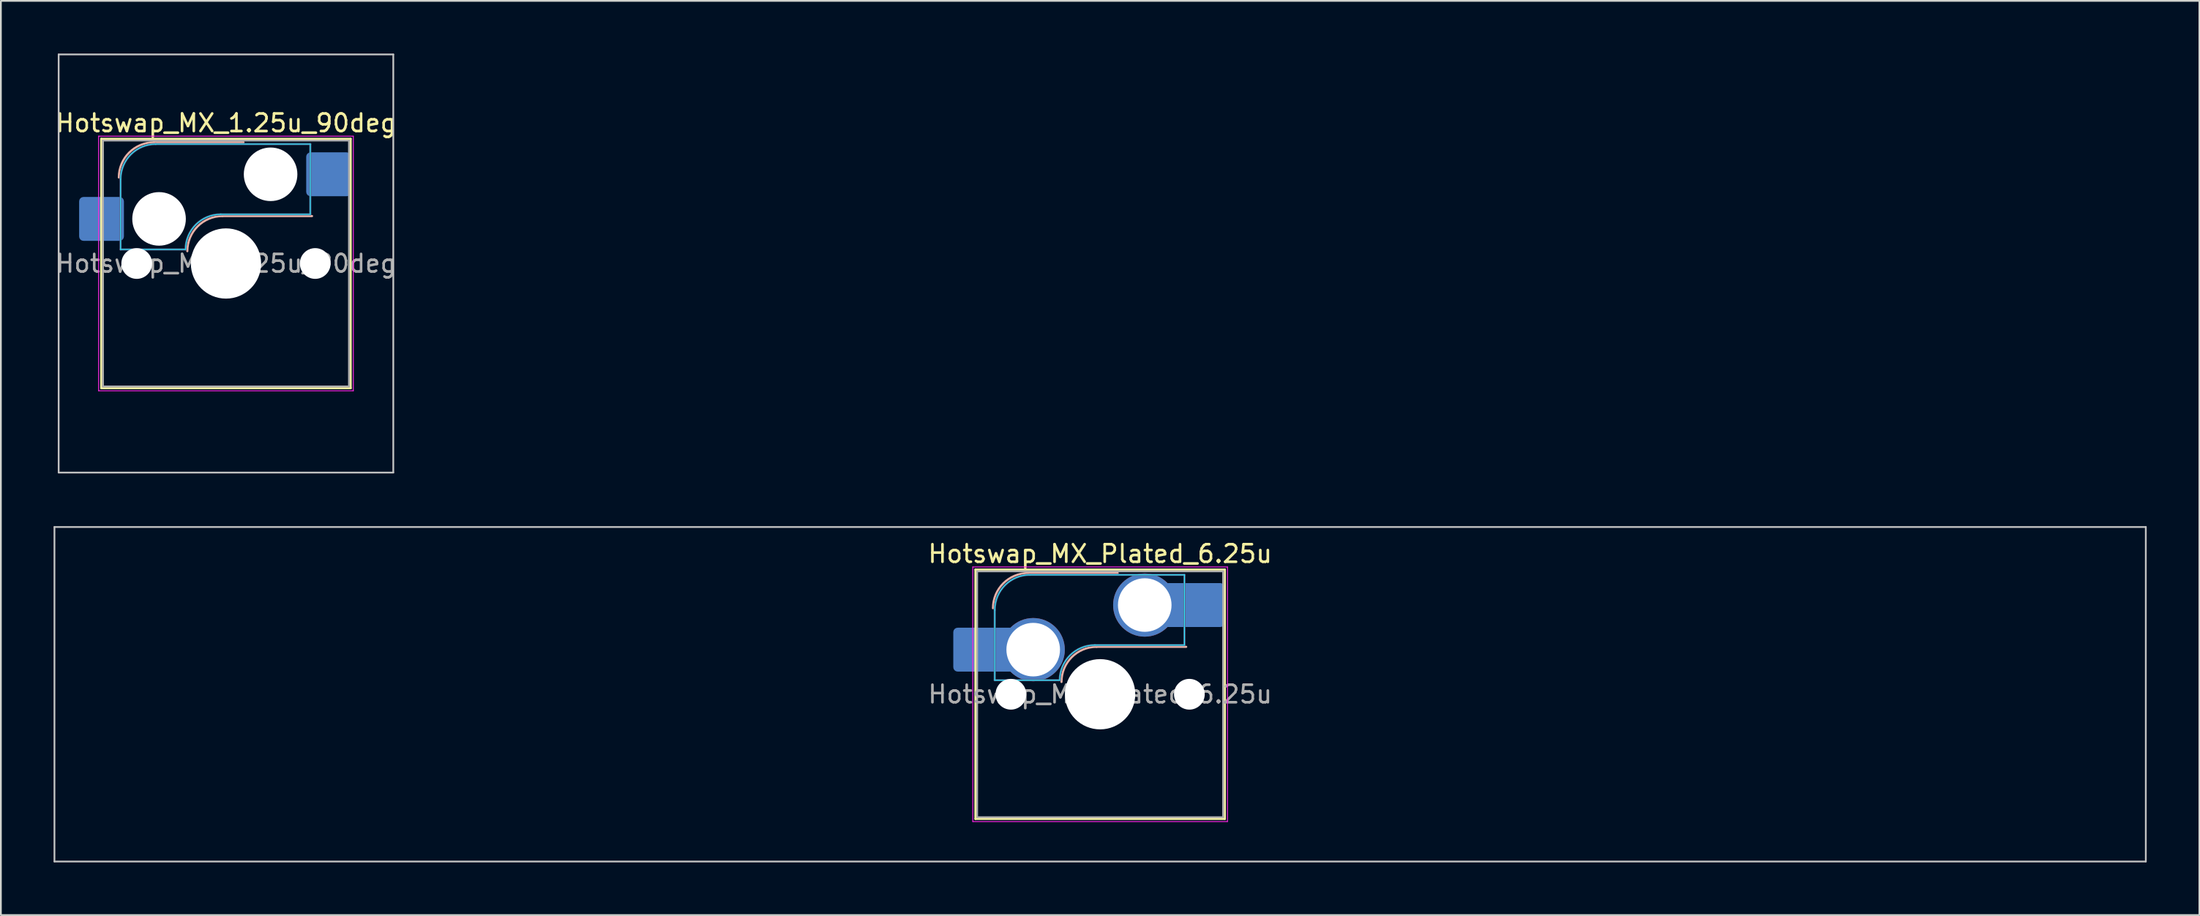
<source format=kicad_pcb>
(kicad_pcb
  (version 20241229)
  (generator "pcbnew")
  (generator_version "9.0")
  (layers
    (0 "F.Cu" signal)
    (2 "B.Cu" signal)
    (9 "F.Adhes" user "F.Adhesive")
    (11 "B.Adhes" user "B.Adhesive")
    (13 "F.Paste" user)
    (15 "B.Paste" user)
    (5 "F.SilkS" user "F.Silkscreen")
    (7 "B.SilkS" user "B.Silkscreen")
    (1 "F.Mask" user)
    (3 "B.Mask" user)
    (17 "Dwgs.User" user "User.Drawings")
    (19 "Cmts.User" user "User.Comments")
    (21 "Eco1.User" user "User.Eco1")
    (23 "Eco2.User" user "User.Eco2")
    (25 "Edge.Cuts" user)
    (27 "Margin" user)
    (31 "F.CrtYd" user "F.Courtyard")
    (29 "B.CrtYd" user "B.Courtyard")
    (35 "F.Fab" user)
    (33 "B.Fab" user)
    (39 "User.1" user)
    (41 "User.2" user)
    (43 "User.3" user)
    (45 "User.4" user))
  (footprint "Hotswap_MX_Plated_6.25u"
    (layer "F.Cu")
    (at 59.581 36.487)
    (property "Reference" "Hotswap_MX_Plated_6.25u" (at 0 -8 0) (layer "F.SilkS") (effects (font (size 1 1) (thickness 0.15))))
    (attr smd allow_soldermask_bridges)
    (fp_line (start -7.1 -7.1) (end -7.1 7.1) (stroke (width 0.12) (type solid)) (layer "F.SilkS"))
    (fp_line (start -7.1 7.1) (end 7.1 7.1) (stroke (width 0.12) (type solid)) (layer "F.SilkS"))
    (fp_line (start 7.1 -7.1) (end -7.1 -7.1) (stroke (width 0.12) (type solid)) (layer "F.SilkS"))
    (fp_line (start 7.1 7.1) (end 7.1 -7.1) (stroke (width 0.12) (type solid)) (layer "F.SilkS"))
    (fp_line (start -4.1 -6.9) (end 1 -6.9) (stroke (width 0.12) (type solid)) (layer "B.SilkS"))
    (fp_line (start -0.2 -2.7) (end 4.9 -2.7) (stroke (width 0.12) (type solid)) (layer "B.SilkS"))
    (fp_arc (start -6.1 -4.9) (mid -5.514214 -6.314214) (end -4.1 -6.9) (stroke (width 0.12) (type solid)) (layer "B.SilkS"))
    (fp_arc (start -2.2 -0.7) (mid -1.614214 -2.114214) (end -0.2 -2.7) (stroke (width 0.12) (type solid)) (layer "B.SilkS"))
    (fp_line (start -59.531 -9.525) (end -59.531 9.525) (stroke (width 0.1) (type solid)) (layer "Dwgs.User"))
    (fp_line (start -59.531 9.525) (end 59.531 9.525) (stroke (width 0.1) (type solid)) (layer "Dwgs.User"))
    (fp_line (start 59.531 -9.525) (end -59.531 -9.525) (stroke (width 0.1) (type solid)) (layer "Dwgs.User"))
    (fp_line (start 59.531 9.525) (end 59.531 -9.525) (stroke (width 0.1) (type solid)) (layer "Dwgs.User"))
    (fp_line (start -7.8 -6) (end -7 -6) (stroke (width 0.1) (type solid)) (layer "Eco1.User"))
    (fp_line (start -7.8 -2.9) (end -7.8 -6) (stroke (width 0.1) (type solid)) (layer "Eco1.User"))
    (fp_line (start -7.8 2.9) (end -7 2.9) (stroke (width 0.1) (type solid)) (layer "Eco1.User"))
    (fp_line (start -7.8 6) (end -7.8 2.9) (stroke (width 0.1) (type solid)) (layer "Eco1.User"))
    (fp_line (start -7 -7) (end 7 -7) (stroke (width 0.1) (type solid)) (layer "Eco1.User"))
    (fp_line (start -7 -6) (end -7 -7) (stroke (width 0.1) (type solid)) (layer "Eco1.User"))
    (fp_line (start -7 -2.9) (end -7.8 -2.9) (stroke (width 0.1) (type solid)) (layer "Eco1.User"))
    (fp_line (start -7 2.9) (end -7 -2.9) (stroke (width 0.1) (type solid)) (layer "Eco1.User"))
    (fp_line (start -7 6) (end -7.8 6) (stroke (width 0.1) (type solid)) (layer "Eco1.User"))
    (fp_line (start -7 7) (end -7 6) (stroke (width 0.1) (type solid)) (layer "Eco1.User"))
    (fp_line (start 7 -7) (end 7 -6) (stroke (width 0.1) (type solid)) (layer "Eco1.User"))
    (fp_line (start 7 -6) (end 7.8 -6) (stroke (width 0.1) (type solid)) (layer "Eco1.User"))
    (fp_line (start 7 -2.9) (end 7 2.9) (stroke (width 0.1) (type solid)) (layer "Eco1.User"))
    (fp_line (start 7 2.9) (end 7.8 2.9) (stroke (width 0.1) (type solid)) (layer "Eco1.User"))
    (fp_line (start 7 6) (end 7 7) (stroke (width 0.1) (type solid)) (layer "Eco1.User"))
    (fp_line (start 7 7) (end -7 7) (stroke (width 0.1) (type solid)) (layer "Eco1.User"))
    (fp_line (start 7.8 -6) (end 7.8 -2.9) (stroke (width 0.1) (type solid)) (layer "Eco1.User"))
    (fp_line (start 7.8 -2.9) (end 7 -2.9) (stroke (width 0.1) (type solid)) (layer "Eco1.User"))
    (fp_line (start 7.8 2.9) (end 7.8 6) (stroke (width 0.1) (type solid)) (layer "Eco1.User"))
    (fp_line (start 7.8 6) (end 7 6) (stroke (width 0.1) (type solid)) (layer "Eco1.User"))
    (fp_line (start -6 -0.8) (end -6 -4.8) (stroke (width 0.05) (type solid)) (layer "B.CrtYd"))
    (fp_line (start -6 -0.8) (end -2.3 -0.8) (stroke (width 0.05) (type solid)) (layer "B.CrtYd"))
    (fp_line (start -4 -6.8) (end 4.8 -6.8) (stroke (width 0.05) (type solid)) (layer "B.CrtYd"))
    (fp_line (start -0.3 -2.8) (end 4.8 -2.8) (stroke (width 0.05) (type solid)) (layer "B.CrtYd"))
    (fp_line (start 4.8 -6.8) (end 4.8 -2.8) (stroke (width 0.05) (type solid)) (layer "B.CrtYd"))
    (fp_arc (start -6 -4.8) (mid -5.414214 -6.214214) (end -4 -6.8) (stroke (width 0.05) (type solid)) (layer "B.CrtYd"))
    (fp_arc (start -2.3 -0.8) (mid -1.714214 -2.214214) (end -0.3 -2.8) (stroke (width 0.05) (type solid)) (layer "B.CrtYd"))
    (fp_line (start -7.25 -7.25) (end -7.25 7.25) (stroke (width 0.05) (type solid)) (layer "F.CrtYd"))
    (fp_line (start -7.25 7.25) (end 7.25 7.25) (stroke (width 0.05) (type solid)) (layer "F.CrtYd"))
    (fp_line (start 7.25 -7.25) (end -7.25 -7.25) (stroke (width 0.05) (type solid)) (layer "F.CrtYd"))
    (fp_line (start 7.25 7.25) (end 7.25 -7.25) (stroke (width 0.05) (type solid)) (layer "F.CrtYd"))
    (fp_line (start -6 -0.8) (end -6 -4.8) (stroke (width 0.12) (type solid)) (layer "B.Fab"))
    (fp_line (start -6 -0.8) (end -2.3 -0.8) (stroke (width 0.12) (type solid)) (layer "B.Fab"))
    (fp_line (start -4 -6.8) (end 4.8 -6.8) (stroke (width 0.12) (type solid)) (layer "B.Fab"))
    (fp_line (start -0.3 -2.8) (end 4.8 -2.8) (stroke (width 0.12) (type solid)) (layer "B.Fab"))
    (fp_line (start 4.8 -6.8) (end 4.8 -2.8) (stroke (width 0.12) (type solid)) (layer "B.Fab"))
    (fp_arc (start -6 -4.8) (mid -5.414214 -6.214214) (end -4 -6.8) (stroke (width 0.12) (type solid)) (layer "B.Fab"))
    (fp_arc (start -2.3 -0.8) (mid -1.714214 -2.214214) (end -0.3 -2.8) (stroke (width 0.12) (type solid)) (layer "B.Fab"))
    (fp_line (start -7 -7) (end -7 7) (stroke (width 0.1) (type solid)) (layer "F.Fab"))
    (fp_line (start -7 7) (end 7 7) (stroke (width 0.1) (type solid)) (layer "F.Fab"))
    (fp_line (start 7 -7) (end -7 -7) (stroke (width 0.1) (type solid)) (layer "F.Fab"))
    (fp_line (start 7 7) (end 7 -7) (stroke (width 0.1) (type solid)) (layer "F.Fab"))
    (fp_text user "${REFERENCE}" (at 0 0 0) (layer "F.Fab") (effects (font (size 1 1) (thickness 0.15))))
    (pad "" smd roundrect (at -7.085 -2.54) (size 2.55 2.5) (layers "B.Mask" "B.Paste") (roundrect_rratio 0.1))
    (pad "" np_thru_hole circle (at -5.08 0) (size 1.75 1.75) (drill 1.75) (layers "*.Cu" "*.Mask"))
    (pad "" np_thru_hole circle (at 0 0) (size 4 4) (drill 4) (layers "*.Cu" "*.Mask"))
    (pad "" np_thru_hole circle (at 5.08 0) (size 1.75 1.75) (drill 1.75) (layers "*.Cu" "*.Mask"))
    (pad "" smd roundrect (at 5.842 -5.08) (size 2.55 2.5) (layers "B.Mask" "B.Paste") (roundrect_rratio 0.1))
    (pad "1" smd roundrect (at -6.585 -2.54) (size 3.55 2.5) (layers "B.Cu") (roundrect_rratio 0.1))
    (pad "1" thru_hole circle (at -3.81 -2.54) (size 3.6 3.6) (drill 3.05) (layers "*.Cu" "*.Mask"))
    (pad "2" thru_hole circle (at 2.54 -5.08) (size 3.6 3.6) (drill 3.05) (layers "*.Cu" "*.Mask"))
    (pad "2" smd roundrect (at 5.32 -5.08) (size 3.55 2.5) (layers "B.Cu") (roundrect_rratio 0.1)))
  (footprint "Hotswap_MX_1.25u_90deg"
    (layer "F.Cu")
    (at 9.815 11.956)
    (property "Reference" "Hotswap_MX_1.25u_90deg" (at 0 -8 0) (layer "F.SilkS") (effects (font (size 1 1) (thickness 0.15))))
    (attr smd)
    (fp_line (start -7.1 -7.1) (end -7.1 7.1) (stroke (width 0.12) (type solid)) (layer "F.SilkS"))
    (fp_line (start -7.1 7.1) (end 7.1 7.1) (stroke (width 0.12) (type solid)) (layer "F.SilkS"))
    (fp_line (start 7.1 -7.1) (end -7.1 -7.1) (stroke (width 0.12) (type solid)) (layer "F.SilkS"))
    (fp_line (start 7.1 7.1) (end 7.1 -7.1) (stroke (width 0.12) (type solid)) (layer "F.SilkS"))
    (fp_line (start -4.1 -6.9) (end 1 -6.9) (stroke (width 0.12) (type solid)) (layer "B.SilkS"))
    (fp_line (start -0.2 -2.7) (end 4.9 -2.7) (stroke (width 0.12) (type solid)) (layer "B.SilkS"))
    (fp_arc (start -6.1 -4.9) (mid -5.514214 -6.314214) (end -4.1 -6.9) (stroke (width 0.12) (type solid)) (layer "B.SilkS"))
    (fp_arc (start -2.2 -0.7) (mid -1.614214 -2.114214) (end -0.2 -2.7) (stroke (width 0.12) (type solid)) (layer "B.SilkS"))
    (fp_line (start -9.525 -11.906) (end 9.525 -11.906) (stroke (width 0.1) (type solid)) (layer "Dwgs.User"))
    (fp_line (start -9.525 11.906) (end -9.525 -11.906) (stroke (width 0.1) (type solid)) (layer "Dwgs.User"))
    (fp_line (start 9.525 -11.906) (end 9.525 11.906) (stroke (width 0.1) (type solid)) (layer "Dwgs.User"))
    (fp_line (start 9.525 11.906) (end -9.525 11.906) (stroke (width 0.1) (type solid)) (layer "Dwgs.User"))
    (fp_line (start -7.8 -6) (end -7 -6) (stroke (width 0.1) (type solid)) (layer "Eco1.User"))
    (fp_line (start -7.8 -2.9) (end -7.8 -6) (stroke (width 0.1) (type solid)) (layer "Eco1.User"))
    (fp_line (start -7.8 2.9) (end -7 2.9) (stroke (width 0.1) (type solid)) (layer "Eco1.User"))
    (fp_line (start -7.8 6) (end -7.8 2.9) (stroke (width 0.1) (type solid)) (layer "Eco1.User"))
    (fp_line (start -7 -7) (end 7 -7) (stroke (width 0.1) (type solid)) (layer "Eco1.User"))
    (fp_line (start -7 -6) (end -7 -7) (stroke (width 0.1) (type solid)) (layer "Eco1.User"))
    (fp_line (start -7 -2.9) (end -7.8 -2.9) (stroke (width 0.1) (type solid)) (layer "Eco1.User"))
    (fp_line (start -7 2.9) (end -7 -2.9) (stroke (width 0.1) (type solid)) (layer "Eco1.User"))
    (fp_line (start -7 6) (end -7.8 6) (stroke (width 0.1) (type solid)) (layer "Eco1.User"))
    (fp_line (start -7 7) (end -7 6) (stroke (width 0.1) (type solid)) (layer "Eco1.User"))
    (fp_line (start 7 -7) (end 7 -6) (stroke (width 0.1) (type solid)) (layer "Eco1.User"))
    (fp_line (start 7 -6) (end 7.8 -6) (stroke (width 0.1) (type solid)) (layer "Eco1.User"))
    (fp_line (start 7 -2.9) (end 7 2.9) (stroke (width 0.1) (type solid)) (layer "Eco1.User"))
    (fp_line (start 7 2.9) (end 7.8 2.9) (stroke (width 0.1) (type solid)) (layer "Eco1.User"))
    (fp_line (start 7 6) (end 7 7) (stroke (width 0.1) (type solid)) (layer "Eco1.User"))
    (fp_line (start 7 7) (end -7 7) (stroke (width 0.1) (type solid)) (layer "Eco1.User"))
    (fp_line (start 7.8 -6) (end 7.8 -2.9) (stroke (width 0.1) (type solid)) (layer "Eco1.User"))
    (fp_line (start 7.8 -2.9) (end 7 -2.9) (stroke (width 0.1) (type solid)) (layer "Eco1.User"))
    (fp_line (start 7.8 2.9) (end 7.8 6) (stroke (width 0.1) (type solid)) (layer "Eco1.User"))
    (fp_line (start 7.8 6) (end 7 6) (stroke (width 0.1) (type solid)) (layer "Eco1.User"))
    (fp_line (start -6 -0.8) (end -6 -4.8) (stroke (width 0.05) (type solid)) (layer "B.CrtYd"))
    (fp_line (start -6 -0.8) (end -2.3 -0.8) (stroke (width 0.05) (type solid)) (layer "B.CrtYd"))
    (fp_line (start -4 -6.8) (end 4.8 -6.8) (stroke (width 0.05) (type solid)) (layer "B.CrtYd"))
    (fp_line (start -0.3 -2.8) (end 4.8 -2.8) (stroke (width 0.05) (type solid)) (layer "B.CrtYd"))
    (fp_line (start 4.8 -6.8) (end 4.8 -2.8) (stroke (width 0.05) (type solid)) (layer "B.CrtYd"))
    (fp_arc (start -6 -4.8) (mid -5.414214 -6.214214) (end -4 -6.8) (stroke (width 0.05) (type solid)) (layer "B.CrtYd"))
    (fp_arc (start -2.3 -0.8) (mid -1.714214 -2.214214) (end -0.3 -2.8) (stroke (width 0.05) (type solid)) (layer "B.CrtYd"))
    (fp_line (start -7.25 -7.25) (end -7.25 7.25) (stroke (width 0.05) (type solid)) (layer "F.CrtYd"))
    (fp_line (start -7.25 7.25) (end 7.25 7.25) (stroke (width 0.05) (type solid)) (layer "F.CrtYd"))
    (fp_line (start 7.25 -7.25) (end -7.25 -7.25) (stroke (width 0.05) (type solid)) (layer "F.CrtYd"))
    (fp_line (start 7.25 7.25) (end 7.25 -7.25) (stroke (width 0.05) (type solid)) (layer "F.CrtYd"))
    (fp_line (start -6 -0.8) (end -6 -4.8) (stroke (width 0.12) (type solid)) (layer "B.Fab"))
    (fp_line (start -6 -0.8) (end -2.3 -0.8) (stroke (width 0.12) (type solid)) (layer "B.Fab"))
    (fp_line (start -4 -6.8) (end 4.8 -6.8) (stroke (width 0.12) (type solid)) (layer "B.Fab"))
    (fp_line (start -0.3 -2.8) (end 4.8 -2.8) (stroke (width 0.12) (type solid)) (layer "B.Fab"))
    (fp_line (start 4.8 -6.8) (end 4.8 -2.8) (stroke (width 0.12) (type solid)) (layer "B.Fab"))
    (fp_arc (start -6 -4.8) (mid -5.414214 -6.214214) (end -4 -6.8) (stroke (width 0.12) (type solid)) (layer "B.Fab"))
    (fp_arc (start -2.3 -0.8) (mid -1.714214 -2.214214) (end -0.3 -2.8) (stroke (width 0.12) (type solid)) (layer "B.Fab"))
    (fp_line (start -7 -7) (end -7 7) (stroke (width 0.1) (type solid)) (layer "F.Fab"))
    (fp_line (start -7 7) (end 7 7) (stroke (width 0.1) (type solid)) (layer "F.Fab"))
    (fp_line (start 7 -7) (end -7 -7) (stroke (width 0.1) (type solid)) (layer "F.Fab"))
    (fp_line (start 7 7) (end 7 -7) (stroke (width 0.1) (type solid)) (layer "F.Fab"))
    (fp_text user "${REFERENCE}" (at 0 0 0) (layer "F.Fab") (effects (font (size 1 1) (thickness 0.15))))
    (pad "" np_thru_hole circle (at -5.08 0) (size 1.75 1.75) (drill 1.75) (layers "*.Cu" "*.Mask"))
    (pad "" np_thru_hole circle (at -3.81 -2.54) (size 3.05 3.05) (drill 3.05) (layers "*.Cu" "*.Mask"))
    (pad "" np_thru_hole circle (at 0 0) (size 4 4) (drill 4) (layers "*.Cu" "*.Mask"))
    (pad "" np_thru_hole circle (at 2.54 -5.08) (size 3.05 3.05) (drill 3.05) (layers "*.Cu" "*.Mask"))
    (pad "" np_thru_hole circle (at 5.08 0) (size 1.75 1.75) (drill 1.75) (layers "*.Cu" "*.Mask"))
    (pad "1" smd roundrect (at -7.085 -2.54) (size 2.55 2.5) (layers "B.Cu" "B.Mask" "B.Paste") (roundrect_rratio 0.1))
    (pad "2" smd roundrect (at 5.842 -5.08) (size 2.55 2.5) (layers "B.Cu" "B.Mask" "B.Paste") (roundrect_rratio 0.1)))
  (gr_rect
    (start -3 -3)
    (end 122.162 49.062)
    (stroke (width 0.1) (type default))
    (fill no)
    (layer "Edge.Cuts")))
</source>
